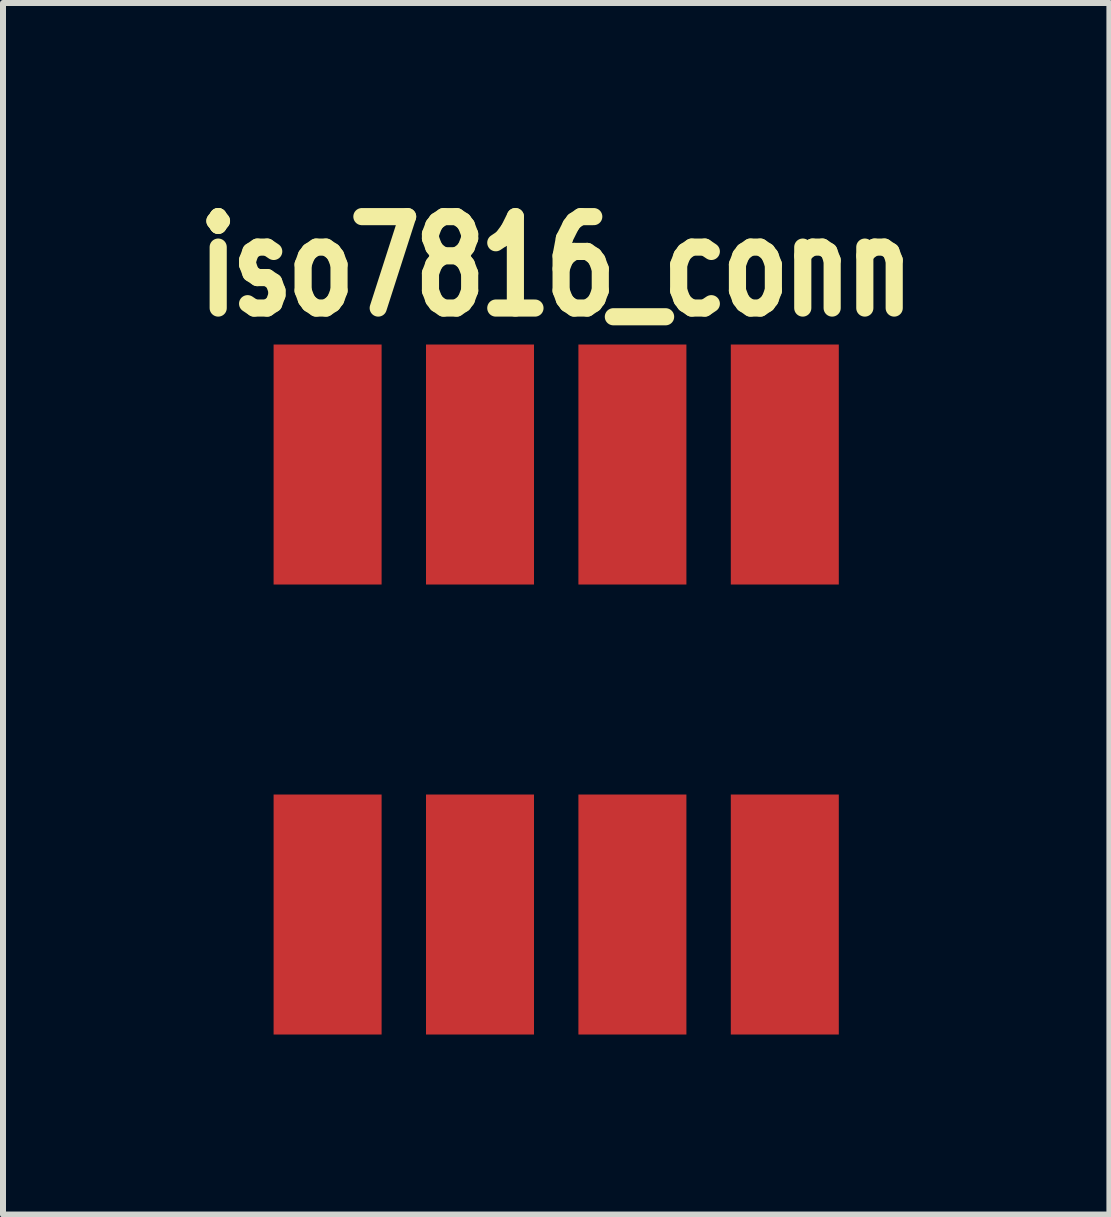
<source format=kicad_pcb>
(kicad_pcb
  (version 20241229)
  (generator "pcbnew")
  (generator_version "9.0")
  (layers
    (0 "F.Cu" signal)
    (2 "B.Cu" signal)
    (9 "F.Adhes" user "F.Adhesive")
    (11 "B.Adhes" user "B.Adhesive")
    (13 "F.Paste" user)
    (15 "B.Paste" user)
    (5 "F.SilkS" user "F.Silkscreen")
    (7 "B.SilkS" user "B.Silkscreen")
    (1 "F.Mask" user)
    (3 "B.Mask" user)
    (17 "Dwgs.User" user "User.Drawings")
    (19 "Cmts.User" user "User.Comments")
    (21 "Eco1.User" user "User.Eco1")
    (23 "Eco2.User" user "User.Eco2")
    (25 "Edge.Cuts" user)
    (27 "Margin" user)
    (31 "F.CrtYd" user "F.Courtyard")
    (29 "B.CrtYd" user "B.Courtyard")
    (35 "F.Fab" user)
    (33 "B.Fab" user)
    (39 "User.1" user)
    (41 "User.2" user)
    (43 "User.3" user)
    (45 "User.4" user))
  (footprint "iso7816_conn"
    (layer "F.Cu")
    (at 6.22 8.442)
    (property "Reference" "iso7816_conn" (at 0 -7.048 0) (layer "F.SilkS") (effects (font (size 1.524 1.143) (thickness 0.286))))
    (attr through_hole)
    (pad "1" smd rect (at -3.81 3.75) (size 1.8 4) (layers "F.Cu" "F.Mask" "F.Paste"))
    (pad "2" smd rect (at -1.27 3.75) (size 1.8 4) (layers "F.Cu" "F.Mask" "F.Paste"))
    (pad "3" smd rect (at 1.27 3.75) (size 1.8 4) (layers "F.Cu" "F.Mask" "F.Paste"))
    (pad "4" smd rect (at 3.81 3.75) (size 1.8 4) (layers "F.Cu" "F.Mask" "F.Paste"))
    (pad "5" smd rect (at 3.81 -3.75) (size 1.8 4) (layers "F.Cu" "F.Mask" "F.Paste"))
    (pad "6" smd rect (at 1.27 -3.75) (size 1.8 4) (layers "F.Cu" "F.Mask" "F.Paste"))
    (pad "7" smd rect (at -1.27 -3.75) (size 1.8 4) (layers "F.Cu" "F.Mask" "F.Paste"))
    (pad "8" smd rect (at -3.81 -3.75) (size 1.8 4) (layers "F.Cu" "F.Mask" "F.Paste")))
  (gr_rect
    (start -3 -3)
    (end 15.44 17.192)
    (stroke (width 0.1) (type default))
    (fill no)
    (layer "Edge.Cuts")))
</source>
